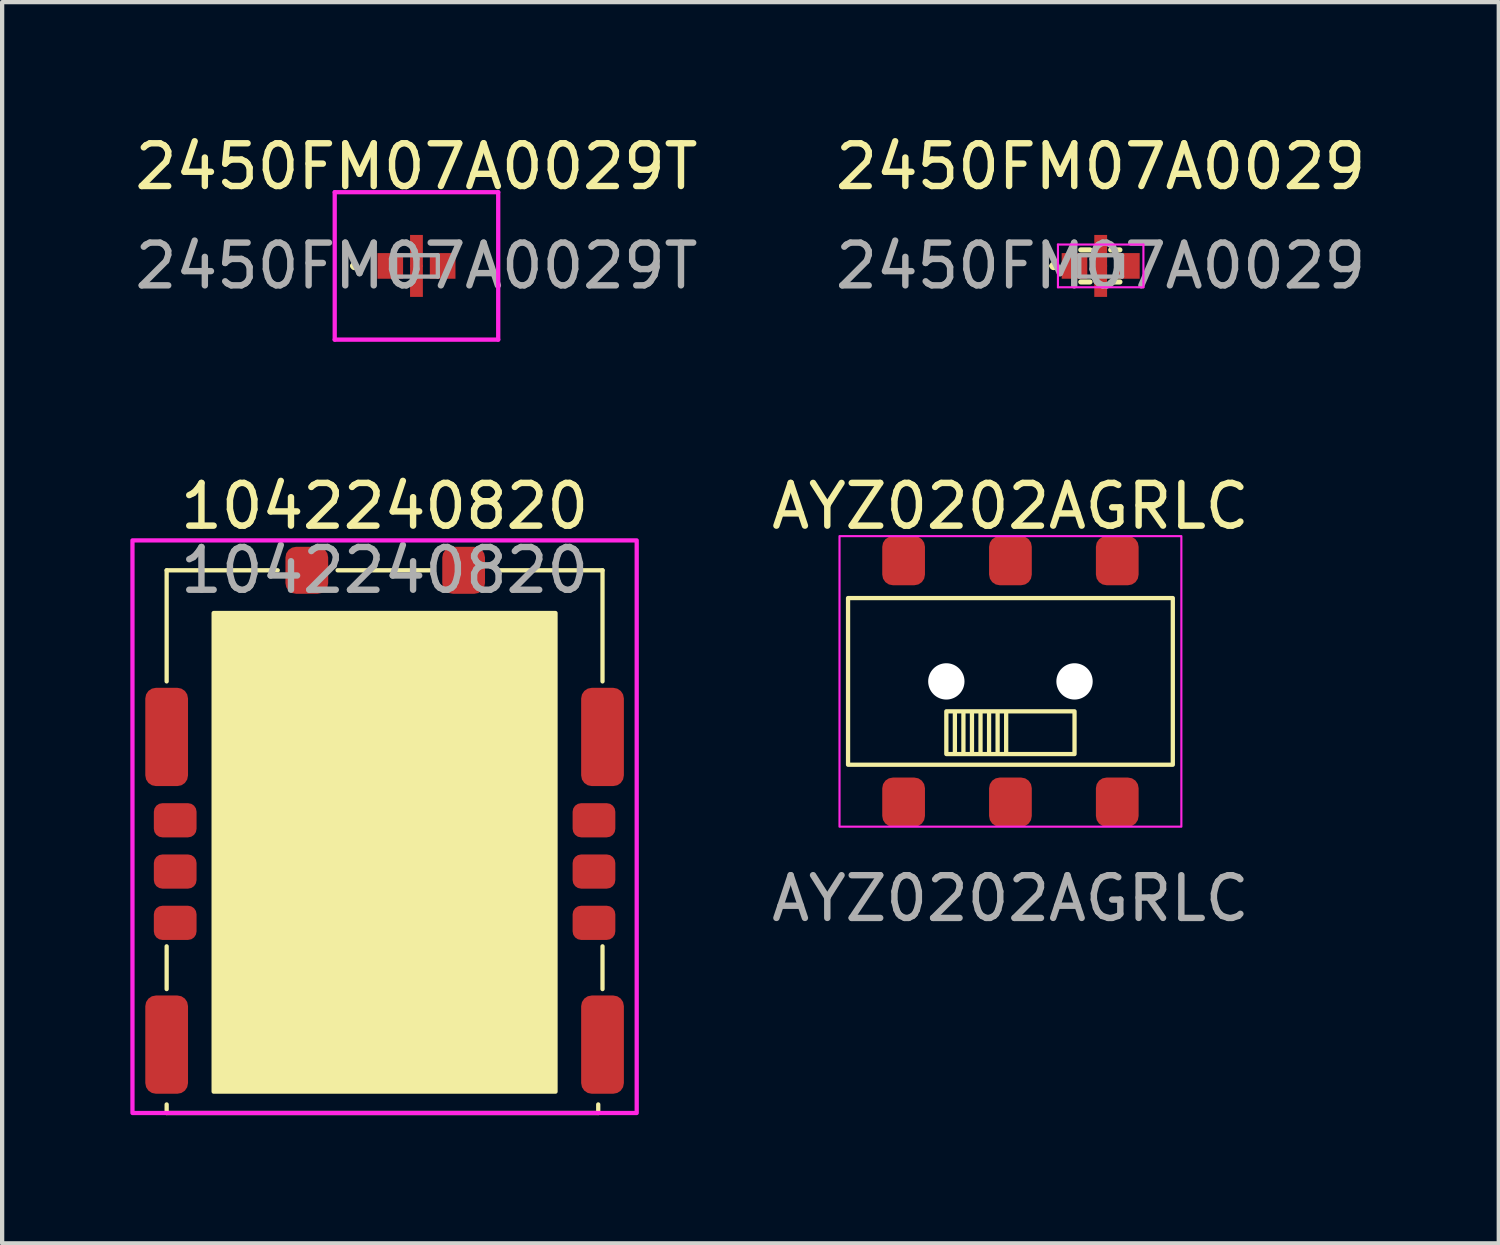
<source format=kicad_pcb>
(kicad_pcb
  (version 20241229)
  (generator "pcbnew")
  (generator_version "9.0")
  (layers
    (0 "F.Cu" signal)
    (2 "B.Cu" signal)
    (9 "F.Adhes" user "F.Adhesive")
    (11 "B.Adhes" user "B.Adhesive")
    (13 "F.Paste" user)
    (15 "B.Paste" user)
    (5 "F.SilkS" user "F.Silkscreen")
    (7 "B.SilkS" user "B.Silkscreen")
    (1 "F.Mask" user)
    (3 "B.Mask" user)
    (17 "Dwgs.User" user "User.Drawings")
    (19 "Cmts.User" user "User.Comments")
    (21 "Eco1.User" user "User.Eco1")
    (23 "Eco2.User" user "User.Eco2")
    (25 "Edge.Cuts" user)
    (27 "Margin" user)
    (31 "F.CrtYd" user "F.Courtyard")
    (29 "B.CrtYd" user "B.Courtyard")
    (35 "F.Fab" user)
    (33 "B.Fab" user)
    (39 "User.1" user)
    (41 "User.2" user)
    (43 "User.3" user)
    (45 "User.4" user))
  (footprint "AYZ0202AGRLC"
    (layer "F.Cu")
    (at 20.596 12.896)
    (property "Reference" "AYZ0202AGRLC" (at 0 -4.1 0) (unlocked yes) (layer "F.SilkS") (effects (font (size 1 1) (thickness 0.15))))
    (attr smd)
    (fp_line (start -1.3 0.75) (end -1.3 1.65) (stroke (width 0.1) (type default)) (layer "F.SilkS"))
    (fp_line (start -1.1 0.75) (end -1.1 1.65) (stroke (width 0.1) (type default)) (layer "F.SilkS"))
    (fp_line (start -0.9 0.75) (end -0.9 1.65) (stroke (width 0.1) (type default)) (layer "F.SilkS"))
    (fp_line (start -0.7 0.75) (end -0.7 1.65) (stroke (width 0.1) (type default)) (layer "F.SilkS"))
    (fp_line (start -0.5 0.75) (end -0.5 1.65) (stroke (width 0.1) (type default)) (layer "F.SilkS"))
    (fp_line (start -0.3 0.75) (end -0.3 1.65) (stroke (width 0.1) (type default)) (layer "F.SilkS"))
    (fp_line (start -0.1 0.75) (end -0.1 1.65) (stroke (width 0.1) (type default)) (layer "F.SilkS"))
    (fp_rect (start -3.8 -1.95) (end 3.8 1.95) (stroke (width 0.1) (type default)) (fill no) (layer "F.SilkS"))
    (fp_rect (start -1.5 0.7) (end 1.5 1.7) (stroke (width 0.1) (type default)) (fill no) (layer "F.SilkS"))
    (fp_rect (start -4 -3.4) (end 4 3.4) (stroke (width 0.05) (type default)) (fill no) (layer "F.CrtYd"))
    (fp_text user "${REFERENCE}" (at 0 5.08 0) (unlocked yes) (layer "F.Fab") (effects (font (size 1 1) (thickness 0.15))))
    (pad "" np_thru_hole circle (at -1.5 0) (size 0.85 0.85) (drill 0.9) (layers "*.Cu" "*.Mask"))
    (pad "" np_thru_hole circle (at 1.5 0) (size 0.85 0.85) (drill 0.9) (layers "*.Cu" "*.Mask"))
    (pad "1" smd roundrect (at -2.5 -2.825 90) (size 1.15 1) (layers "F.Cu" "F.Mask" "F.Paste") (roundrect_rratio 0.25))
    (pad "2" smd roundrect (at 0 -2.825 90) (size 1.15 1) (layers "F.Cu" "F.Mask" "F.Paste") (roundrect_rratio 0.25))
    (pad "3" smd roundrect (at 2.5 -2.825 90) (size 1.15 1) (layers "F.Cu" "F.Mask" "F.Paste") (roundrect_rratio 0.25))
    (pad "4" smd roundrect (at -2.5 2.825 90) (size 1.15 1) (layers "F.Cu" "F.Mask" "F.Paste") (roundrect_rratio 0.25))
    (pad "5" smd roundrect (at 0 2.825 90) (size 1.15 1) (layers "F.Cu" "F.Mask" "F.Paste") (roundrect_rratio 0.25))
    (pad "6" smd roundrect (at 2.5 2.825 90) (size 1.15 1) (layers "F.Cu" "F.Mask" "F.Paste") (roundrect_rratio 0.25)))
  (footprint "1042240820"
    (layer "F.Cu")
    (at 5.95 10.296)
    (property "Reference" "1042240820" (at 0 -1.5 0) (unlocked yes) (layer "F.SilkS") (effects (font (size 1 1) (thickness 0.15))))
    (attr smd)
    (fp_line (start -5.1 0) (end -2.5 0) (stroke (width 0.1) (type solid)) (layer "F.SilkS"))
    (fp_line (start -5.1 2.6) (end -5.1 0) (stroke (width 0.1) (type solid)) (layer "F.SilkS"))
    (fp_line (start -5.1 9.8) (end -5.1 8.8) (stroke (width 0.1) (type solid)) (layer "F.SilkS"))
    (fp_line (start -5.1 12.7) (end -5.1 12.5) (stroke (width 0.1) (type default)) (layer "F.SilkS"))
    (fp_line (start -5.1 12.7) (end 5 12.7) (stroke (width 0.1) (type default)) (layer "F.SilkS"))
    (fp_line (start -1.1 0) (end 1.1 0) (stroke (width 0.1) (type solid)) (layer "F.SilkS"))
    (fp_line (start 5 12.7) (end 5 12.5) (stroke (width 0.1) (type default)) (layer "F.SilkS"))
    (fp_line (start 5.1 0) (end 2.6 0) (stroke (width 0.1) (type solid)) (layer "F.SilkS"))
    (fp_line (start 5.1 2.6) (end 5.1 0) (stroke (width 0.1) (type solid)) (layer "F.SilkS"))
    (fp_line (start 5.1 9.8) (end 5.1 8.8) (stroke (width 0.1) (type solid)) (layer "F.SilkS"))
    (fp_rect (start -4 1) (end 4 12.2) (stroke (width 0.1) (type solid)) (fill yes) (layer "F.SilkS"))
    (fp_rect (start -5.9 -0.7) (end 5.9 12.7) (stroke (width 0.1) (type default)) (fill no) (layer "F.CrtYd"))
    (fp_text user "${REFERENCE}" (at 0 0 0) (unlocked yes) (layer "F.Fab") (effects (font (size 1 1) (thickness 0.15))))
    (pad "1" smd roundrect (at 4.9 8.25) (size 1 0.8) (layers "F.Cu" "F.Mask" "F.Paste") (roundrect_rratio 0.25))
    (pad "2" smd roundrect (at 4.9 7.05) (size 1 0.8) (layers "F.Cu" "F.Mask" "F.Paste") (roundrect_rratio 0.25))
    (pad "3" smd roundrect (at -4.9 8.25) (size 1 0.8) (layers "F.Cu" "F.Mask" "F.Paste") (roundrect_rratio 0.25))
    (pad "5" smd roundrect (at 4.9 5.85) (size 1 0.8) (layers "F.Cu" "F.Mask" "F.Paste") (roundrect_rratio 0.25))
    (pad "6" smd roundrect (at -4.9 7.05) (size 1 0.8) (layers "F.Cu" "F.Mask" "F.Paste") (roundrect_rratio 0.25))
    (pad "7" smd roundrect (at -4.9 5.85) (size 1 0.8) (layers "F.Cu" "F.Mask" "F.Paste") (roundrect_rratio 0.25))
    (pad "N.C." smd roundrect (at -1.82 0) (size 1 1.1) (layers "F.Cu" "F.Mask" "F.Paste") (roundrect_rratio 0.25))
    (pad "N.C." smd roundrect (at 1.85 0) (size 1 1.1) (layers "F.Cu" "F.Mask" "F.Paste") (roundrect_rratio 0.25))
    (pad "SH" smd roundrect (at -5.1 3.9) (size 1 2.3) (layers "F.Cu" "F.Mask" "F.Paste") (roundrect_rratio 0.25))
    (pad "SH" smd roundrect (at -5.1 11.1) (size 1 2.3) (layers "F.Cu" "F.Mask" "F.Paste") (roundrect_rratio 0.25))
    (pad "SH" smd roundrect (at 5.1 3.9) (size 1 2.3) (layers "F.Cu" "F.Mask" "F.Paste") (roundrect_rratio 0.25))
    (pad "SH" smd roundrect (at 5.1 11.1) (size 1 2.3) (layers "F.Cu" "F.Mask" "F.Paste") (roundrect_rratio 0.25))
    (zone (net_name "") (layer "F.Cu") (hatch edge 0.5) (connect_pads) (min_thickness 0.25) (filled_areas_thickness no) (keepout (tracks not_allowed) (vias not_allowed) (pads not_allowed) (copperpour allowed) (footprints allowed)) (placement (enabled no)) (fill) (polygon (pts (xy 2.95 12.296) (xy 3.95 12.296) (xy 3.95 15.296) (xy 2.95 15.296))))
    (zone (net_name "") (layer "F.Cu") (hatch edge 0.5) (connect_pads) (min_thickness 0.25) (filled_areas_thickness no) (keepout (tracks not_allowed) (vias not_allowed) (pads not_allowed) (copperpour allowed) (footprints allowed)) (placement (enabled no)) (fill) (polygon (pts (xy 2.95 19.297) (xy 3.95 19.297) (xy 3.95 22.297) (xy 2.95 22.297))))
    (zone (net_name "") (layer "F.Cu") (hatch edge 0.5) (connect_pads) (min_thickness 0.25) (filled_areas_thickness no) (keepout (tracks not_allowed) (vias not_allowed) (pads not_allowed) (copperpour allowed) (footprints allowed)) (placement (enabled no)) (fill) (polygon (pts (xy 5.45 12.296) (xy 6.45 12.296) (xy 6.45 15.296) (xy 5.45 15.296))))
    (zone (net_name "") (layer "F.Cu") (hatch edge 0.5) (connect_pads) (min_thickness 0.25) (filled_areas_thickness no) (keepout (tracks not_allowed) (vias not_allowed) (pads not_allowed) (copperpour allowed) (footprints allowed)) (placement (enabled no)) (fill) (polygon (pts (xy 5.45 19.297) (xy 6.45 19.297) (xy 6.45 22.297) (xy 5.45 22.297))))
    (zone (net_name "") (layer "F.Cu") (hatch edge 0.5) (connect_pads) (min_thickness 0.25) (filled_areas_thickness no) (keepout (tracks not_allowed) (vias not_allowed) (pads not_allowed) (copperpour allowed) (footprints allowed)) (placement (enabled no)) (fill) (polygon (pts (xy 7.95 12.296) (xy 8.95 12.296) (xy 8.95 15.296) (xy 7.95 15.296))))
    (zone (net_name "") (layer "F.Cu") (hatch edge 0.5) (connect_pads) (min_thickness 0.25) (filled_areas_thickness no) (keepout (tracks not_allowed) (vias not_allowed) (pads not_allowed) (copperpour allowed) (footprints allowed)) (placement (enabled no)) (fill) (polygon (pts (xy 7.95 19.297) (xy 8.95 19.297) (xy 8.95 22.297) (xy 7.95 22.297)))))
  (footprint "2450FM07A0029"
    (layer "F.Cu")
    (at 22.708 3.173)
    (property "Reference" "2450FM07A0029" (at 0 -2.325 0) (layer "F.SilkS") (effects (font (size 1 1) (thickness 0.15))))
    (attr smd)
    (fp_line (start -1.15 0) (end -1.15 0) (stroke (width 0.1) (type solid)) (layer "F.SilkS"))
    (fp_line (start -1.05 0) (end -1.05 0) (stroke (width 0.1) (type solid)) (layer "F.SilkS"))
    (fp_line (start -0.466 -0.375) (end -0.25 -0.375) (stroke (width 0.12) (type solid)) (layer "F.SilkS"))
    (fp_line (start -0.466 0.375) (end -0.25 0.375) (stroke (width 0.12) (type solid)) (layer "F.SilkS"))
    (fp_line (start 0.234 -0.375) (end 0.45 -0.375) (stroke (width 0.12) (type solid)) (layer "F.SilkS"))
    (fp_line (start 0.234 0.375) (end 0.45 0.375) (stroke (width 0.12) (type solid)) (layer "F.SilkS"))
    (fp_arc (start -1.15 0) (mid -1.1 -0.05) (end -1.05 0) (stroke (width 0.1) (type solid)) (layer "F.SilkS"))
    (fp_arc (start -1.05 0) (mid -1.1 0.05) (end -1.15 0) (stroke (width 0.1) (type solid)) (layer "F.SilkS"))
    (fp_line (start -1 -0.5) (end 1 -0.5) (stroke (width 0.05) (type solid)) (layer "F.CrtYd"))
    (fp_line (start -1 0.5) (end -1 -0.5) (stroke (width 0.05) (type solid)) (layer "F.CrtYd"))
    (fp_line (start 1 -0.5) (end 1 0.5) (stroke (width 0.05) (type solid)) (layer "F.CrtYd"))
    (fp_line (start 1 0.5) (end -1 0.5) (stroke (width 0.05) (type solid)) (layer "F.CrtYd"))
    (fp_line (start -0.5 -0.25) (end 0.5 -0.25) (stroke (width 0.1) (type solid)) (layer "F.Fab"))
    (fp_line (start -0.5 0.25) (end -0.5 -0.25) (stroke (width 0.1) (type solid)) (layer "F.Fab"))
    (fp_line (start 0.5 -0.25) (end 0.5 0.25) (stroke (width 0.1) (type solid)) (layer "F.Fab"))
    (fp_line (start 0.5 0.25) (end -0.5 0.25) (stroke (width 0.1) (type solid)) (layer "F.Fab"))
    (fp_text user "${REFERENCE}" (at 0 0 0) (layer "F.Fab") (effects (font (size 1 1) (thickness 0.15))))
    (pad "1" smd rect (at -0.613 0 90) (size 0.6 0.6) (layers "F.Cu" "F.Mask" "F.Paste"))
    (pad "2" smd rect (at 0 0.35) (size 0.3 0.75) (layers "F.Cu" "F.Mask" "F.Paste"))
    (pad "3" smd rect (at 0.613 0 90) (size 0.6 0.6) (layers "F.Cu" "F.Mask" "F.Paste"))
    (pad "4" smd rect (at 0 -0.35) (size 0.3 0.75) (layers "F.Cu" "F.Mask" "F.Paste")))
  (footprint "2450FM07A0029T"
    (layer "F.Cu")
    (at 6.696 3.173)
    (property "Reference" "2450FM07A0029T" (at 0 -2.325 0) (layer "F.SilkS") (effects (font (size 1 1) (thickness 0.15))))
    (attr smd)
    (fp_line (start -1.5 0) (end -1.5 0) (stroke (width 0.1) (type solid)) (layer "F.SilkS"))
    (fp_line (start -1.4 0) (end -1.4 0) (stroke (width 0.1) (type solid)) (layer "F.SilkS"))
    (fp_arc (start -1.5 0) (mid -1.45 -0.05) (end -1.4 0) (stroke (width 0.1) (type solid)) (layer "F.SilkS"))
    (fp_arc (start -1.4 0) (mid -1.45 0.05) (end -1.5 0) (stroke (width 0.1) (type solid)) (layer "F.SilkS"))
    (fp_line (start -1.913 -1.725) (end 1.913 -1.725) (stroke (width 0.1) (type solid)) (layer "F.CrtYd"))
    (fp_line (start -1.913 1.725) (end -1.913 -1.725) (stroke (width 0.1) (type solid)) (layer "F.CrtYd"))
    (fp_line (start 1.913 -1.725) (end 1.913 1.725) (stroke (width 0.1) (type solid)) (layer "F.CrtYd"))
    (fp_line (start 1.913 1.725) (end -1.913 1.725) (stroke (width 0.1) (type solid)) (layer "F.CrtYd"))
    (fp_line (start -0.5 -0.25) (end 0.5 -0.25) (stroke (width 0.1) (type solid)) (layer "F.Fab"))
    (fp_line (start -0.5 0.25) (end -0.5 -0.25) (stroke (width 0.1) (type solid)) (layer "F.Fab"))
    (fp_line (start 0.5 -0.25) (end 0.5 0.25) (stroke (width 0.1) (type solid)) (layer "F.Fab"))
    (fp_line (start 0.5 0.25) (end -0.5 0.25) (stroke (width 0.1) (type solid)) (layer "F.Fab"))
    (fp_text user "${REFERENCE}" (at 0 0 0) (layer "F.Fab") (effects (font (size 1 1) (thickness 0.15))))
    (pad "1" smd rect (at -0.613 0 90) (size 0.6 0.6) (layers "F.Cu" "F.Mask" "F.Paste"))
    (pad "2" smd rect (at 0 0.35) (size 0.3 0.75) (layers "F.Cu" "F.Mask" "F.Paste"))
    (pad "3" smd rect (at 0.613 0 90) (size 0.6 0.6) (layers "F.Cu" "F.Mask" "F.Paste"))
    (pad "4" smd rect (at 0 -0.35) (size 0.3 0.75) (layers "F.Cu" "F.Mask" "F.Paste")))
  (gr_rect
    (start -3 -3)
    (end 32.024 26.047)
    (stroke (width 0.1) (type default))
    (fill no)
    (layer "Edge.Cuts")))
</source>
